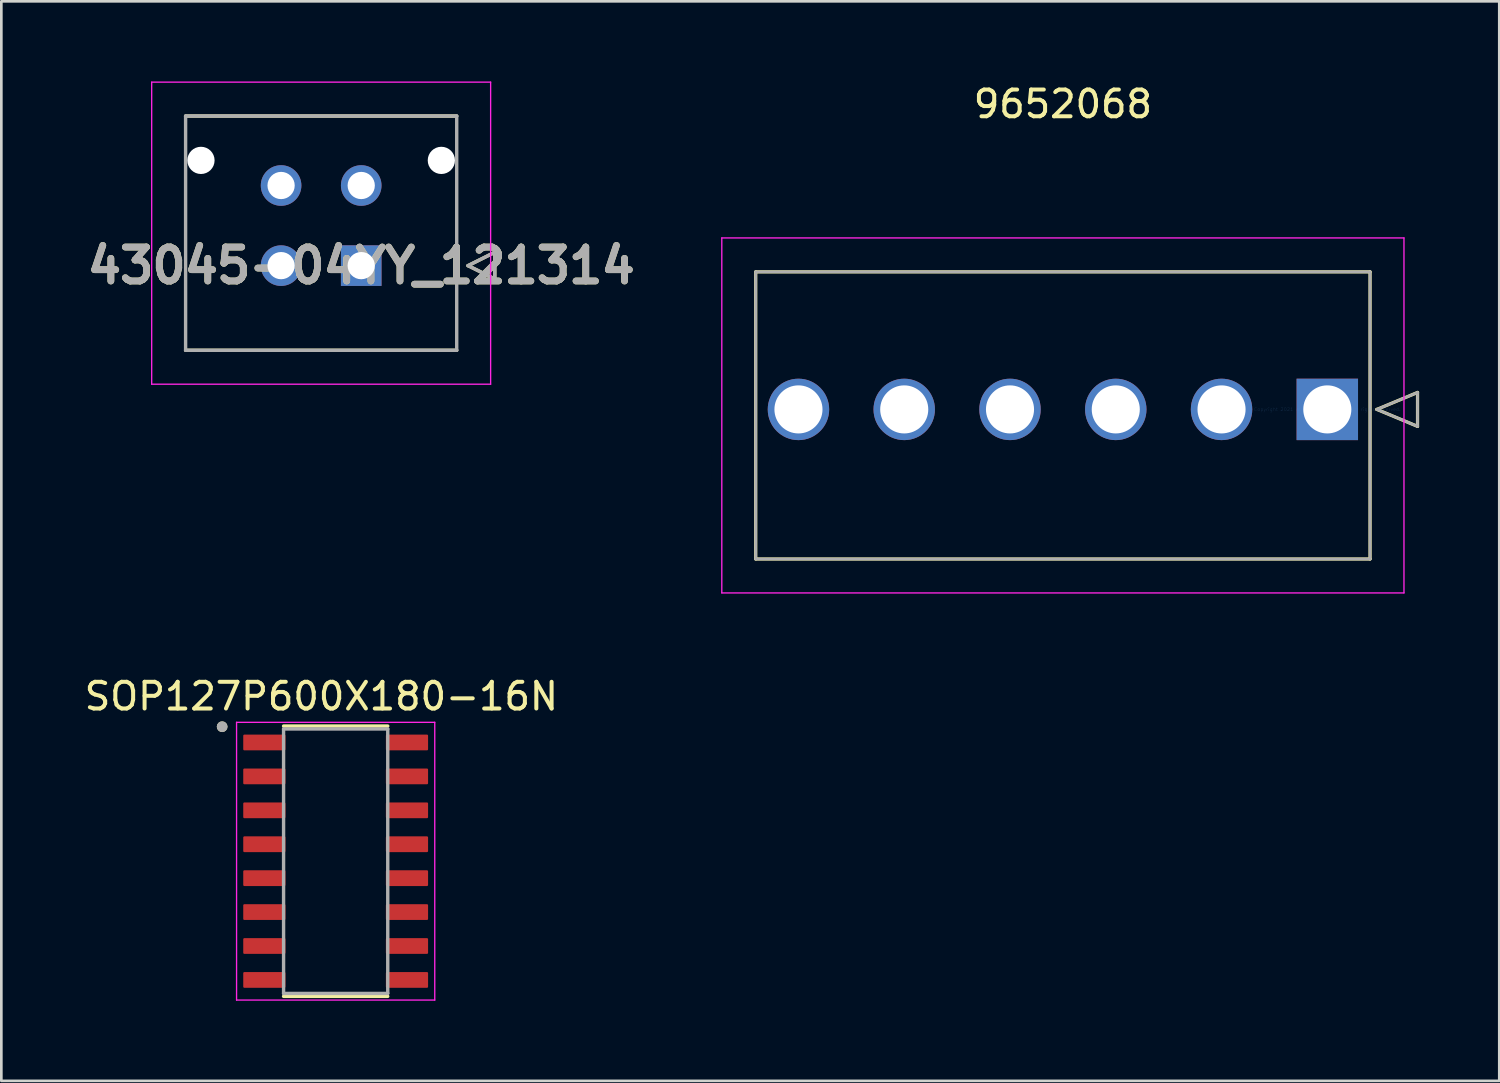
<source format=kicad_pcb>
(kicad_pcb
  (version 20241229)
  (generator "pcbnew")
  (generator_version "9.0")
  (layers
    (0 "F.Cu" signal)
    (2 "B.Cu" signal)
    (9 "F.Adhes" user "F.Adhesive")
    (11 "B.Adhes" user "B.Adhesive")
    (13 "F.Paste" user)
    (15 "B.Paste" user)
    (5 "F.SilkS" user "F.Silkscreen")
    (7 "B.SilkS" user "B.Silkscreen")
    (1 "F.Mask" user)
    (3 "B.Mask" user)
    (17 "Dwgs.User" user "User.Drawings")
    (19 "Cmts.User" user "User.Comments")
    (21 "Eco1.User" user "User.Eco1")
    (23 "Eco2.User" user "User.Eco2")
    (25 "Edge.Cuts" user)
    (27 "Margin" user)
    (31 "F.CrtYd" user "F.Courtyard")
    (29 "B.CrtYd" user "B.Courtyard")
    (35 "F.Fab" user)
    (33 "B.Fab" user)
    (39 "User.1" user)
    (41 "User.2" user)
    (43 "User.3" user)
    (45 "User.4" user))
  (footprint "9652068"
    (layer "F.Cu")
    (at 46.644 12.278)
    (property "Reference" "9652068" (at -9.9 -11.43 0) (layer "F.SilkS") (effects (font (size 1 1) (thickness 0.15))))
    (attr through_hole)
    (fp_line (start -21.4 -5.15) (end -21.4 5.6) (stroke (width 0.12) (type solid)) (layer "F.SilkS"))
    (fp_line (start -21.4 5.6) (end 1.6 5.6) (stroke (width 0.12) (type solid)) (layer "F.SilkS"))
    (fp_line (start 1.6 -5.15) (end -21.4 -5.15) (stroke (width 0.12) (type solid)) (layer "F.SilkS"))
    (fp_line (start 1.6 5.6) (end 1.6 -5.15) (stroke (width 0.12) (type solid)) (layer "F.SilkS"))
    (fp_line (start 1.854 0) (end 3.378 -0.635) (stroke (width 0.12) (type solid)) (layer "F.SilkS"))
    (fp_line (start 3.378 -0.635) (end 3.378 0.635) (stroke (width 0.12) (type solid)) (layer "F.SilkS"))
    (fp_line (start 3.378 0.635) (end 1.854 0) (stroke (width 0.12) (type solid)) (layer "F.SilkS"))
    (fp_line (start -22.67 -6.42) (end -22.67 6.87) (stroke (width 0.05) (type solid)) (layer "F.CrtYd"))
    (fp_line (start -22.67 6.87) (end 2.87 6.87) (stroke (width 0.05) (type solid)) (layer "F.CrtYd"))
    (fp_line (start 2.87 -6.42) (end -22.67 -6.42) (stroke (width 0.05) (type solid)) (layer "F.CrtYd"))
    (fp_line (start 2.87 6.87) (end 2.87 -6.42) (stroke (width 0.05) (type solid)) (layer "F.CrtYd"))
    (fp_line (start -21.4 -5.15) (end -21.4 5.6) (stroke (width 0.1) (type solid)) (layer "F.Fab"))
    (fp_line (start -21.4 5.6) (end 1.6 5.6) (stroke (width 0.1) (type solid)) (layer "F.Fab"))
    (fp_line (start 1.6 -5.15) (end -21.4 -5.15) (stroke (width 0.1) (type solid)) (layer "F.Fab"))
    (fp_line (start 1.6 5.6) (end 1.6 -5.15) (stroke (width 0.1) (type solid)) (layer "F.Fab"))
    (fp_line (start 1.854 0) (end 3.378 -0.635) (stroke (width 0.1) (type solid)) (layer "F.Fab"))
    (fp_line (start 3.378 -0.635) (end 3.378 0.635) (stroke (width 0.1) (type solid)) (layer "F.Fab"))
    (fp_line (start 3.378 0.635) (end 1.854 0) (stroke (width 0.1) (type solid)) (layer "F.Fab"))
    (fp_text user "*" (at 0 0 0) (layer "F.SilkS") (effects (font (size 1 1) (thickness 0.15))))
    (fp_text user "Copyright 2021 Accelerated Designs. All rights reserved." (at 0 0 0) (layer "Cmts.User") (effects (font (size 0.127 0.127) (thickness 0.002))))
    (fp_text user "*" (at 0 0 0) (layer "F.Fab") (effects (font (size 1 1) (thickness 0.15))))
    (pad "1" thru_hole rect (at 0 0) (size 2.3 2.3) (drill 1.8) (layers "*.Cu" "*.Mask"))
    (pad "2" thru_hole circle (at -3.96 0) (size 2.3 2.3) (drill 1.8) (layers "*.Cu" "*.Mask"))
    (pad "3" thru_hole circle (at -7.92 0) (size 2.3 2.3) (drill 1.8) (layers "*.Cu" "*.Mask"))
    (pad "4" thru_hole circle (at -11.88 0) (size 2.3 2.3) (drill 1.8) (layers "*.Cu" "*.Mask"))
    (pad "5" thru_hole circle (at -15.84 0) (size 2.3 2.3) (drill 1.8) (layers "*.Cu" "*.Mask"))
    (pad "6" thru_hole circle (at -19.8 0) (size 2.3 2.3) (drill 1.8) (layers "*.Cu" "*.Mask")))
  (footprint "SOP127P600X180-16N"
    (layer "F.Cu")
    (at 9.517 29.193)
    (property "Reference" "SOP127P600X180-16N" (at -0.535 -6.172 0) (layer "F.SilkS") (effects (font (size 1 1) (thickness 0.15))))
    (attr smd)
    (fp_line (start -1.95 -5.06) (end 1.95 -5.06) (stroke (width 0.127) (type solid)) (layer "F.SilkS"))
    (fp_line (start -1.95 5.06) (end 1.95 5.06) (stroke (width 0.127) (type solid)) (layer "F.SilkS"))
    (fp_circle (center -4.25 -5.035) (end -4.15 -5.035) (stroke (width 0.2) (type solid)) (fill no) (layer "F.SilkS"))
    (fp_line (start -3.71 -5.2) (end -3.71 5.2) (stroke (width 0.05) (type solid)) (layer "F.CrtYd"))
    (fp_line (start -3.71 -5.2) (end 3.71 -5.2) (stroke (width 0.05) (type solid)) (layer "F.CrtYd"))
    (fp_line (start -3.71 5.2) (end 3.71 5.2) (stroke (width 0.05) (type solid)) (layer "F.CrtYd"))
    (fp_line (start 3.71 -5.2) (end 3.71 5.2) (stroke (width 0.05) (type solid)) (layer "F.CrtYd"))
    (fp_line (start -1.95 -4.95) (end -1.95 4.95) (stroke (width 0.127) (type solid)) (layer "F.Fab"))
    (fp_line (start -1.95 -4.95) (end 1.95 -4.95) (stroke (width 0.127) (type solid)) (layer "F.Fab"))
    (fp_line (start -1.95 4.95) (end 1.95 4.95) (stroke (width 0.127) (type solid)) (layer "F.Fab"))
    (fp_line (start 1.95 -4.95) (end 1.95 4.95) (stroke (width 0.127) (type solid)) (layer "F.Fab"))
    (fp_circle (center -4.25 -5.035) (end -4.15 -5.035) (stroke (width 0.2) (type solid)) (fill no) (layer "F.Fab"))
    (pad "1" smd roundrect (at -2.67 -4.445) (size 1.58 0.59) (layers "F.Cu" "F.Mask" "F.Paste") (roundrect_rratio 0.07))
    (pad "2" smd roundrect (at -2.67 -3.175) (size 1.58 0.59) (layers "F.Cu" "F.Mask" "F.Paste") (roundrect_rratio 0.07))
    (pad "3" smd roundrect (at -2.67 -1.905) (size 1.58 0.59) (layers "F.Cu" "F.Mask" "F.Paste") (roundrect_rratio 0.07))
    (pad "4" smd roundrect (at -2.67 -0.635) (size 1.58 0.59) (layers "F.Cu" "F.Mask" "F.Paste") (roundrect_rratio 0.07))
    (pad "5" smd roundrect (at -2.67 0.635) (size 1.58 0.59) (layers "F.Cu" "F.Mask" "F.Paste") (roundrect_rratio 0.07))
    (pad "6" smd roundrect (at -2.67 1.905) (size 1.58 0.59) (layers "F.Cu" "F.Mask" "F.Paste") (roundrect_rratio 0.07))
    (pad "7" smd roundrect (at -2.67 3.175) (size 1.58 0.59) (layers "F.Cu" "F.Mask" "F.Paste") (roundrect_rratio 0.07))
    (pad "8" smd roundrect (at -2.67 4.445) (size 1.58 0.59) (layers "F.Cu" "F.Mask" "F.Paste") (roundrect_rratio 0.07))
    (pad "9" smd roundrect (at 2.67 4.445) (size 1.58 0.59) (layers "F.Cu" "F.Mask" "F.Paste") (roundrect_rratio 0.07))
    (pad "10" smd roundrect (at 2.67 3.175) (size 1.58 0.59) (layers "F.Cu" "F.Mask" "F.Paste") (roundrect_rratio 0.07))
    (pad "11" smd roundrect (at 2.67 1.905) (size 1.58 0.59) (layers "F.Cu" "F.Mask" "F.Paste") (roundrect_rratio 0.07))
    (pad "12" smd roundrect (at 2.67 0.635) (size 1.58 0.59) (layers "F.Cu" "F.Mask" "F.Paste") (roundrect_rratio 0.07))
    (pad "13" smd roundrect (at 2.67 -0.635) (size 1.58 0.59) (layers "F.Cu" "F.Mask" "F.Paste") (roundrect_rratio 0.07))
    (pad "14" smd roundrect (at 2.67 -1.905) (size 1.58 0.59) (layers "F.Cu" "F.Mask" "F.Paste") (roundrect_rratio 0.07))
    (pad "15" smd roundrect (at 2.67 -3.175) (size 1.58 0.59) (layers "F.Cu" "F.Mask" "F.Paste") (roundrect_rratio 0.07))
    (pad "16" smd roundrect (at 2.67 -4.445) (size 1.58 0.59) (layers "F.Cu" "F.Mask" "F.Paste") (roundrect_rratio 0.07)))
  (footprint "43045-04YY_121314"
    (layer "F.Cu")
    (at 10.474 6.895)
    (property "Reference" "43045-04YY_121314" (at 0 0 0) (layer "F.SilkS") (effects (font (size 1.27 1.27) (thickness 0.254))))
    (attr through_hole)
    (fp_line (start -6.575 -5.6) (end 3.575 -5.6) (stroke (width 0.127) (type solid)) (layer "F.SilkS"))
    (fp_line (start 3.575 3.17) (end -6.575 3.17) (stroke (width 0.127) (type solid)) (layer "F.SilkS"))
    (fp_line (start 4 0) (end 5 -0.5) (stroke (width 0.127) (type solid)) (layer "F.SilkS"))
    (fp_line (start 5 -0.5) (end 5 0.5) (stroke (width 0.127) (type solid)) (layer "F.SilkS"))
    (fp_line (start 5 0.5) (end 4 0) (stroke (width 0.127) (type solid)) (layer "F.SilkS"))
    (fp_line (start -7.845 -6.87) (end 4.845 -6.87) (stroke (width 0.05) (type solid)) (layer "F.CrtYd"))
    (fp_line (start -7.845 4.44) (end -7.845 -6.87) (stroke (width 0.05) (type solid)) (layer "F.CrtYd"))
    (fp_line (start 4.845 -6.87) (end 4.845 4.44) (stroke (width 0.05) (type solid)) (layer "F.CrtYd"))
    (fp_line (start 4.845 4.44) (end -7.845 4.44) (stroke (width 0.05) (type solid)) (layer "F.CrtYd"))
    (fp_line (start -6.575 -5.6) (end 3.575 -5.6) (stroke (width 0.127) (type solid)) (layer "F.Fab"))
    (fp_line (start -6.575 3.17) (end -6.575 -5.6) (stroke (width 0.127) (type solid)) (layer "F.Fab"))
    (fp_line (start 3.575 -5.6) (end 3.575 3.17) (stroke (width 0.127) (type solid)) (layer "F.Fab"))
    (fp_line (start 3.575 3.17) (end -6.575 3.17) (stroke (width 0.127) (type solid)) (layer "F.Fab"))
    (fp_line (start 4 0) (end 5 -0.5) (stroke (width 0.127) (type solid)) (layer "F.Fab"))
    (fp_line (start 5 -0.5) (end 5 0.5) (stroke (width 0.127) (type solid)) (layer "F.Fab"))
    (fp_line (start 5 0.5) (end 4 0) (stroke (width 0.127) (type solid)) (layer "F.Fab"))
    (fp_text user "${REFERENCE}" (at 0 0 0) (layer "F.Fab") (effects (font (size 1.27 1.27) (thickness 0.254))))
    (pad "" np_thru_hole circle (at -6 -3.94) (size 1.02 1.02) (drill 1.02) (layers "*.Cu" "*.Mask"))
    (pad "" np_thru_hole circle (at 3 -3.94) (size 1.02 1.02) (drill 1.02) (layers "*.Cu" "*.Mask"))
    (pad "1" thru_hole rect (at 0 0) (size 1.52 1.52) (drill 1.02) (layers "*.Cu" "*.Mask"))
    (pad "2" thru_hole circle (at -3 0) (size 1.52 1.52) (drill 1.02) (layers "*.Cu" "*.Mask"))
    (pad "3" thru_hole circle (at 0 -3) (size 1.52 1.52) (drill 1.02) (layers "*.Cu" "*.Mask"))
    (pad "4" thru_hole circle (at -3 -3) (size 1.52 1.52) (drill 1.02) (layers "*.Cu" "*.Mask")))
  (gr_rect
    (start -3 -3)
    (end 53.082 37.418)
    (stroke (width 0.1) (type default))
    (fill no)
    (layer "Edge.Cuts")))
</source>
